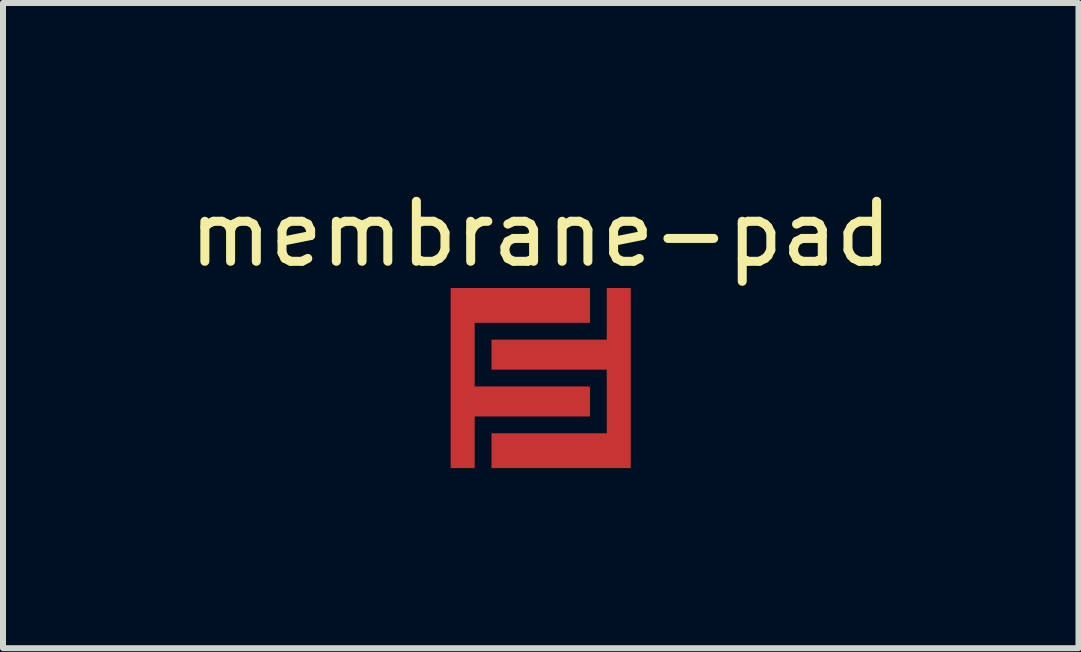
<source format=kicad_pcb>
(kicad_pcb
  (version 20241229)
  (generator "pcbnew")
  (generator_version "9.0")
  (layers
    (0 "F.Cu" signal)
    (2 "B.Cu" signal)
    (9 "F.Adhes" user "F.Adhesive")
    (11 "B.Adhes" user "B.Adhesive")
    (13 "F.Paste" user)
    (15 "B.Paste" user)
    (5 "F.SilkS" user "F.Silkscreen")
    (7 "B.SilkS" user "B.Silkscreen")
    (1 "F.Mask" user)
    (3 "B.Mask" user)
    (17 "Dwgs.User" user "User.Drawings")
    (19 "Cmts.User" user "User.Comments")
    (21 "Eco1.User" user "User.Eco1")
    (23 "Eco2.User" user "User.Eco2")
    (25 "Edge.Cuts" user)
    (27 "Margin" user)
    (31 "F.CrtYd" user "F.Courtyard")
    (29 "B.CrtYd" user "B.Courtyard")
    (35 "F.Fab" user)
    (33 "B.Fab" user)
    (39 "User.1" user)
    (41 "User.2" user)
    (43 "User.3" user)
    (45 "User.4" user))
  (footprint "membrane-pad"
    (layer "F.Cu")
    (at 5.958 3.248)
    (property "Reference" "membrane-pad" (at 0 -2.4 0) (layer "F.SilkS") (effects (font (size 1 1) (thickness 0.15))))
    (attr through_hole)
    (fp_poly (pts (xy 1.5 1.5) (xy -1.5 1.5) (xy -1.5 -1.5) (xy 1.5 -1.5)) (stroke (width 0) (type solid)) (fill yes) (layer "F.Mask"))
    (pad "1" smd custom (at -1.3 0) (size 0.4 0.4) (layers "F.Cu" "F.Mask") (options (anchor rect)) (primitives (gr_poly (pts (xy 2.12 -0.92) (xy 0.2 -0.92) (xy 0.2 0.14) (xy 2.12 0.14) (xy 2.12 0.64) (xy 0.2 0.64) (xy 0.2 1.5) (xy -0.2 1.5) (xy -0.2 -1.5) (xy 2.12 -1.5)) (width 0) (fill yes))))
    (pad "2" smd custom (at 1.3 0) (size 0.4 0.4) (layers "F.Cu" "F.Mask") (options (anchor rect)) (primitives (gr_poly (pts (xy -2.12 0.92) (xy -0.2 0.92) (xy -0.2 -0.14) (xy -2.12 -0.14) (xy -2.12 -0.64) (xy -0.2 -0.64) (xy -0.2 -1.5) (xy 0.2 -1.5) (xy 0.2 1.5) (xy -2.12 1.5)) (width 0) (fill yes)))))
  (gr_rect
    (start -3 -3)
    (end 14.917 7.748)
    (stroke (width 0.1) (type default))
    (fill no)
    (layer "Edge.Cuts")))
</source>
